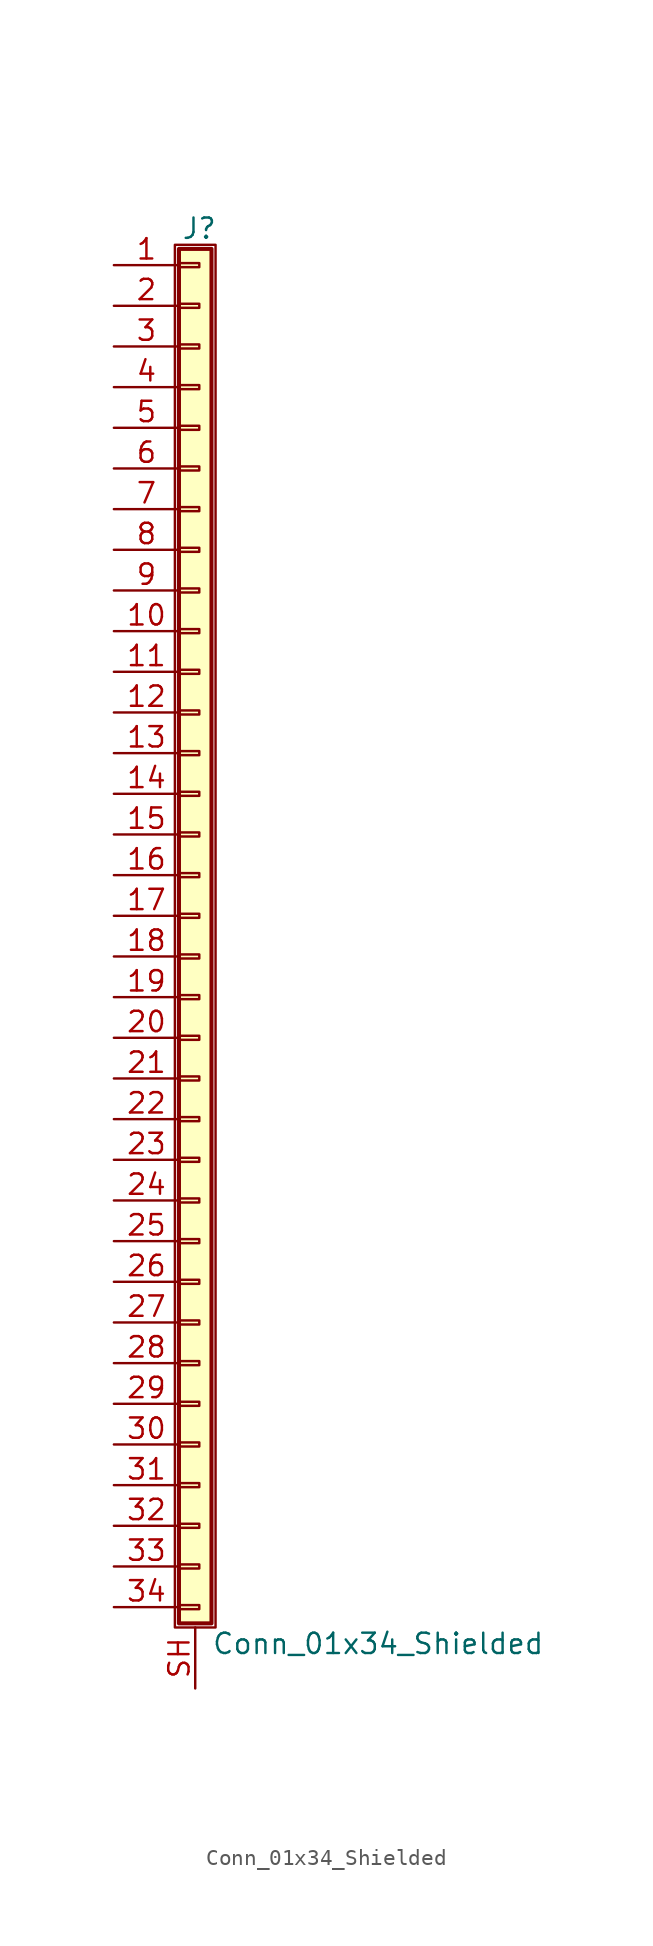
<source format=kicad_sym>
(kicad_symbol_lib
  (version 20201005)
  (generator kicad_symbol_editor)
  (symbol "Connector_Generic_Shielded:Conn_01x34_Shielded"
    (pin_names
      (offset 1.016) hide)
    (property "Reference" "J"
      (at 0.254 42.926 0)
      (effects (font (size 1.27 1.27))))
    (property "Value" "Conn_01x34_Shielded"
      (at 1.016 -45.466 0)
      (effects (font (size 1.27 1.27)) (justify left)))
    (symbol "Conn_01x34_Shielded_1_1"
      (rectangle (start -1.016 -27.813) (end 0.254 -28.067) (stroke (width 0.152)) (fill (type none)))
      (rectangle (start -1.016 -30.353) (end 0.254 -30.607) (stroke (width 0.152)) (fill (type none)))
      (rectangle (start -1.016 -32.893) (end 0.254 -33.147) (stroke (width 0.152)) (fill (type none)))
      (rectangle (start -1.016 -35.433) (end 0.254 -35.687) (stroke (width 0.152)) (fill (type none)))
      (rectangle (start -1.016 -37.973) (end 0.254 -38.227) (stroke (width 0.152)) (fill (type none)))
      (rectangle (start -1.016 -40.513) (end 0.254 -40.767) (stroke (width 0.152)) (fill (type none)))
      (rectangle (start -1.016 -43.053) (end 0.254 -43.307) (stroke (width 0.152)) (fill (type none)))
      (rectangle (start -1.016 -4.953) (end 0.254 -5.207) (stroke (width 0.152)) (fill (type none)))
      (rectangle (start -1.016 -7.493) (end 0.254 -7.747) (stroke (width 0.152)) (fill (type none)))
      (rectangle (start -1.016 -10.033) (end 0.254 -10.287) (stroke (width 0.152)) (fill (type none)))
      (rectangle (start -1.016 -12.573) (end 0.254 -12.827) (stroke (width 0.152)) (fill (type none)))
      (rectangle (start -1.016 -15.113) (end 0.254 -15.367) (stroke (width 0.152)) (fill (type none)))
      (rectangle (start -1.016 -17.653) (end 0.254 -17.907) (stroke (width 0.152)) (fill (type none)))
      (rectangle (start -1.016 -20.193) (end 0.254 -20.447) (stroke (width 0.152)) (fill (type none)))
      (rectangle (start -1.016 -22.733) (end 0.254 -22.987) (stroke (width 0.152)) (fill (type none)))
      (rectangle (start -1.016 -2.413) (end 0.254 -2.667) (stroke (width 0.152)) (fill (type none)))
      (rectangle (start -1.016 -25.273) (end 0.254 -25.527) (stroke (width 0.152)) (fill (type none)))
      (rectangle (start -1.016 25.527) (end 0.254 25.273) (stroke (width 0.152)) (fill (type none)))
      (rectangle (start -1.016 2.667) (end 0.254 2.413) (stroke (width 0.152)) (fill (type none)))
      (rectangle (start -1.016 28.067) (end 0.254 27.813) (stroke (width 0.152)) (fill (type none)))
      (rectangle (start -1.016 30.607) (end 0.254 30.353) (stroke (width 0.152)) (fill (type none)))
      (rectangle (start -1.016 33.147) (end 0.254 32.893) (stroke (width 0.152)) (fill (type none)))
      (rectangle (start -1.016 35.687) (end 0.254 35.433) (stroke (width 0.152)) (fill (type none)))
      (rectangle (start -1.016 38.227) (end 0.254 37.973) (stroke (width 0.152)) (fill (type none)))
      (rectangle (start -1.016 40.767) (end 0.254 40.513) (stroke (width 0.152)) (fill (type none)))
      (rectangle (start -1.016 41.656) (end 1.016 -44.196) (stroke (width 0.254)) (fill (type background)))
      (rectangle (start -1.016 5.207) (end 0.254 4.953) (stroke (width 0.152)) (fill (type none)))
      (rectangle (start -1.016 7.747) (end 0.254 7.493) (stroke (width 0.152)) (fill (type none)))
      (rectangle (start -1.016 10.287) (end 0.254 10.033) (stroke (width 0.152)) (fill (type none)))
      (rectangle (start -1.016 0.127) (end 0.254 -0.127) (stroke (width 0.152)) (fill (type none)))
      (rectangle (start -1.016 12.827) (end 0.254 12.573) (stroke (width 0.152)) (fill (type none)))
      (rectangle (start -1.016 15.367) (end 0.254 15.113) (stroke (width 0.152)) (fill (type none)))
      (rectangle (start -1.016 17.907) (end 0.254 17.653) (stroke (width 0.152)) (fill (type none)))
      (rectangle (start -1.016 20.447) (end 0.254 20.193) (stroke (width 0.152)) (fill (type none)))
      (rectangle (start -1.016 22.987) (end 0.254 22.733) (stroke (width 0.152)) (fill (type none)))
      (rectangle (start -1.27 41.91) (end 1.27 -44.45) (stroke (width 0.152)) (fill (type none)))
      (pin passive line (at -5.08 40.64 0) (length 4.064) (name "Pin_1" (effects (font (size 1.27 1.27)))) (number "1" (effects (font (size 1.27 1.27)))))
      (pin passive line (at -5.08 17.78 0) (length 4.064) (name "Pin_10" (effects (font (size 1.27 1.27)))) (number "10" (effects (font (size 1.27 1.27)))))
      (pin passive line (at -5.08 15.24 0) (length 4.064) (name "Pin_11" (effects (font (size 1.27 1.27)))) (number "11" (effects (font (size 1.27 1.27)))))
      (pin passive line (at -5.08 12.7 0) (length 4.064) (name "Pin_12" (effects (font (size 1.27 1.27)))) (number "12" (effects (font (size 1.27 1.27)))))
      (pin passive line (at -5.08 10.16 0) (length 4.064) (name "Pin_13" (effects (font (size 1.27 1.27)))) (number "13" (effects (font (size 1.27 1.27)))))
      (pin passive line (at -5.08 7.62 0) (length 4.064) (name "Pin_14" (effects (font (size 1.27 1.27)))) (number "14" (effects (font (size 1.27 1.27)))))
      (pin passive line (at -5.08 5.08 0) (length 4.064) (name "Pin_15" (effects (font (size 1.27 1.27)))) (number "15" (effects (font (size 1.27 1.27)))))
      (pin passive line (at -5.08 2.54 0) (length 4.064) (name "Pin_16" (effects (font (size 1.27 1.27)))) (number "16" (effects (font (size 1.27 1.27)))))
      (pin passive line (at -5.08 0 0) (length 4.064) (name "Pin_17" (effects (font (size 1.27 1.27)))) (number "17" (effects (font (size 1.27 1.27)))))
      (pin passive line (at -5.08 -2.54 0) (length 4.064) (name "Pin_18" (effects (font (size 1.27 1.27)))) (number "18" (effects (font (size 1.27 1.27)))))
      (pin passive line (at -5.08 -5.08 0) (length 4.064) (name "Pin_19" (effects (font (size 1.27 1.27)))) (number "19" (effects (font (size 1.27 1.27)))))
      (pin passive line (at -5.08 38.1 0) (length 4.064) (name "Pin_2" (effects (font (size 1.27 1.27)))) (number "2" (effects (font (size 1.27 1.27)))))
      (pin passive line (at -5.08 -7.62 0) (length 4.064) (name "Pin_20" (effects (font (size 1.27 1.27)))) (number "20" (effects (font (size 1.27 1.27)))))
      (pin passive line (at -5.08 -10.16 0) (length 4.064) (name "Pin_21" (effects (font (size 1.27 1.27)))) (number "21" (effects (font (size 1.27 1.27)))))
      (pin passive line (at -5.08 -12.7 0) (length 4.064) (name "Pin_22" (effects (font (size 1.27 1.27)))) (number "22" (effects (font (size 1.27 1.27)))))
      (pin passive line (at -5.08 -15.24 0) (length 4.064) (name "Pin_23" (effects (font (size 1.27 1.27)))) (number "23" (effects (font (size 1.27 1.27)))))
      (pin passive line (at -5.08 -17.78 0) (length 4.064) (name "Pin_24" (effects (font (size 1.27 1.27)))) (number "24" (effects (font (size 1.27 1.27)))))
      (pin passive line (at -5.08 -20.32 0) (length 4.064) (name "Pin_25" (effects (font (size 1.27 1.27)))) (number "25" (effects (font (size 1.27 1.27)))))
      (pin passive line (at -5.08 -22.86 0) (length 4.064) (name "Pin_26" (effects (font (size 1.27 1.27)))) (number "26" (effects (font (size 1.27 1.27)))))
      (pin passive line (at -5.08 -25.4 0) (length 4.064) (name "Pin_27" (effects (font (size 1.27 1.27)))) (number "27" (effects (font (size 1.27 1.27)))))
      (pin passive line (at -5.08 -27.94 0) (length 4.064) (name "Pin_28" (effects (font (size 1.27 1.27)))) (number "28" (effects (font (size 1.27 1.27)))))
      (pin passive line (at -5.08 -30.48 0) (length 4.064) (name "Pin_29" (effects (font (size 1.27 1.27)))) (number "29" (effects (font (size 1.27 1.27)))))
      (pin passive line (at -5.08 35.56 0) (length 4.064) (name "Pin_3" (effects (font (size 1.27 1.27)))) (number "3" (effects (font (size 1.27 1.27)))))
      (pin passive line (at -5.08 -33.02 0) (length 4.064) (name "Pin_30" (effects (font (size 1.27 1.27)))) (number "30" (effects (font (size 1.27 1.27)))))
      (pin passive line (at -5.08 -35.56 0) (length 4.064) (name "Pin_31" (effects (font (size 1.27 1.27)))) (number "31" (effects (font (size 1.27 1.27)))))
      (pin passive line (at -5.08 -38.1 0) (length 4.064) (name "Pin_32" (effects (font (size 1.27 1.27)))) (number "32" (effects (font (size 1.27 1.27)))))
      (pin passive line (at -5.08 -40.64 0) (length 4.064) (name "Pin_33" (effects (font (size 1.27 1.27)))) (number "33" (effects (font (size 1.27 1.27)))))
      (pin passive line (at -5.08 -43.18 0) (length 4.064) (name "Pin_34" (effects (font (size 1.27 1.27)))) (number "34" (effects (font (size 1.27 1.27)))))
      (pin passive line (at -5.08 33.02 0) (length 4.064) (name "Pin_4" (effects (font (size 1.27 1.27)))) (number "4" (effects (font (size 1.27 1.27)))))
      (pin passive line (at -5.08 30.48 0) (length 4.064) (name "Pin_5" (effects (font (size 1.27 1.27)))) (number "5" (effects (font (size 1.27 1.27)))))
      (pin passive line (at -5.08 27.94 0) (length 4.064) (name "Pin_6" (effects (font (size 1.27 1.27)))) (number "6" (effects (font (size 1.27 1.27)))))
      (pin passive line (at -5.08 25.4 0) (length 4.064) (name "Pin_7" (effects (font (size 1.27 1.27)))) (number "7" (effects (font (size 1.27 1.27)))))
      (pin passive line (at -5.08 22.86 0) (length 4.064) (name "Pin_8" (effects (font (size 1.27 1.27)))) (number "8" (effects (font (size 1.27 1.27)))))
      (pin passive line (at -5.08 20.32 0) (length 4.064) (name "Pin_9" (effects (font (size 1.27 1.27)))) (number "9" (effects (font (size 1.27 1.27)))))
      (pin passive line (at 0 -48.26 90) (length 3.81) (name "Shield" (effects (font (size 1.27 1.27)))) (number "SH" (effects (font (size 1.27 1.27))))))))
</source>
